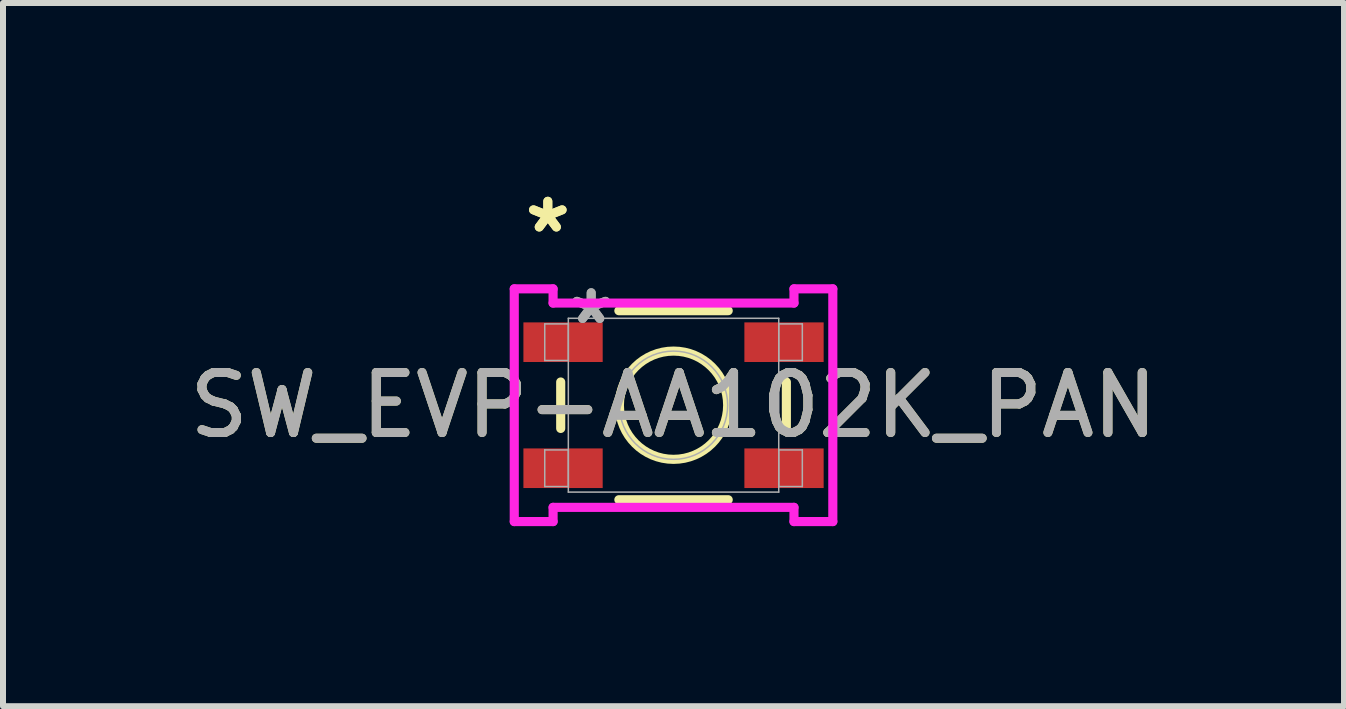
<source format=kicad_pcb>
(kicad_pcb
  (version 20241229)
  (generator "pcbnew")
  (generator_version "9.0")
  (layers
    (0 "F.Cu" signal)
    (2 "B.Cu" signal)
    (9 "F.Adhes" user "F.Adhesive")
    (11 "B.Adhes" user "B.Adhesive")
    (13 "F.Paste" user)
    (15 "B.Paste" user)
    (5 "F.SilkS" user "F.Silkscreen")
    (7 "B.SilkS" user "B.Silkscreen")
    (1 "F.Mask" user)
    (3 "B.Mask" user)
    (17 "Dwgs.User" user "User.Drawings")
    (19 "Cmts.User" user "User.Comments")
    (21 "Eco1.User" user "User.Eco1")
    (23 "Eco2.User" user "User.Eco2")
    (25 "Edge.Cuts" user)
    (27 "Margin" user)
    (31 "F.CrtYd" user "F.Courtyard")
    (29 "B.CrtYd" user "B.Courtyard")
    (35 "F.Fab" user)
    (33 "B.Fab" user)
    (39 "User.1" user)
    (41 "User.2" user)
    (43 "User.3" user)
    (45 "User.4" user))
  (footprint "SW_EVP-AA102K_PAN"
    (layer "F.Cu")
    (at 8.173 3.702)
    (property "Reference" "SW_EVP-AA102K_PAN" (at 0 0 0) (unlocked yes) (layer "F.SilkS") (effects (font (size 1 1) (thickness 0.15))))
    (attr smd)
    (fp_line (start -1.88 -0.387) (end -1.88 0.387) (stroke (width 0.152) (type solid)) (layer "F.SilkS"))
    (fp_line (start -0.911 1.575) (end 0.911 1.575) (stroke (width 0.152) (type solid)) (layer "F.SilkS"))
    (fp_line (start 0.911 -1.575) (end -0.911 -1.575) (stroke (width 0.152) (type solid)) (layer "F.SilkS"))
    (fp_line (start 1.88 0.387) (end 1.88 -0.387) (stroke (width 0.152) (type solid)) (layer "F.SilkS"))
    (fp_circle (center 0 0) (end 0.902 0) (stroke (width 0.152) (type solid)) (fill no) (layer "F.SilkS"))
    (fp_line (start -2.654 -1.939) (end -2.007 -1.939) (stroke (width 0.152) (type solid)) (layer "F.CrtYd"))
    (fp_line (start -2.654 1.939) (end -2.654 -1.939) (stroke (width 0.152) (type solid)) (layer "F.CrtYd"))
    (fp_line (start -2.007 -1.939) (end -2.007 -1.702) (stroke (width 0.152) (type solid)) (layer "F.CrtYd"))
    (fp_line (start -2.007 -1.702) (end 2.007 -1.702) (stroke (width 0.152) (type solid)) (layer "F.CrtYd"))
    (fp_line (start -2.007 1.702) (end -2.007 1.939) (stroke (width 0.152) (type solid)) (layer "F.CrtYd"))
    (fp_line (start -2.007 1.939) (end -2.654 1.939) (stroke (width 0.152) (type solid)) (layer "F.CrtYd"))
    (fp_line (start 2.007 -1.939) (end 2.654 -1.939) (stroke (width 0.152) (type solid)) (layer "F.CrtYd"))
    (fp_line (start 2.007 -1.702) (end 2.007 -1.939) (stroke (width 0.152) (type solid)) (layer "F.CrtYd"))
    (fp_line (start 2.007 1.702) (end -2.007 1.702) (stroke (width 0.152) (type solid)) (layer "F.CrtYd"))
    (fp_line (start 2.007 1.939) (end 2.007 1.702) (stroke (width 0.152) (type solid)) (layer "F.CrtYd"))
    (fp_line (start 2.654 -1.939) (end 2.654 1.939) (stroke (width 0.152) (type solid)) (layer "F.CrtYd"))
    (fp_line (start 2.654 1.939) (end 2.007 1.939) (stroke (width 0.152) (type solid)) (layer "F.CrtYd"))
    (fp_line (start -2.146 -1.355) (end -2.146 -0.745) (stroke (width 0.025) (type solid)) (layer "F.Fab"))
    (fp_line (start -2.146 -0.745) (end -1.753 -0.745) (stroke (width 0.025) (type solid)) (layer "F.Fab"))
    (fp_line (start -2.146 0.745) (end -2.146 1.355) (stroke (width 0.025) (type solid)) (layer "F.Fab"))
    (fp_line (start -2.146 1.355) (end -1.753 1.355) (stroke (width 0.025) (type solid)) (layer "F.Fab"))
    (fp_line (start -1.753 -1.448) (end -1.753 1.448) (stroke (width 0.025) (type solid)) (layer "F.Fab"))
    (fp_line (start -1.753 -1.355) (end -2.146 -1.355) (stroke (width 0.025) (type solid)) (layer "F.Fab"))
    (fp_line (start -1.753 -0.745) (end -1.753 -1.355) (stroke (width 0.025) (type solid)) (layer "F.Fab"))
    (fp_line (start -1.753 0.745) (end -2.146 0.745) (stroke (width 0.025) (type solid)) (layer "F.Fab"))
    (fp_line (start -1.753 1.355) (end -1.753 0.745) (stroke (width 0.025) (type solid)) (layer "F.Fab"))
    (fp_line (start -1.753 1.448) (end 1.753 1.448) (stroke (width 0.025) (type solid)) (layer "F.Fab"))
    (fp_line (start 1.753 -1.448) (end -1.753 -1.448) (stroke (width 0.025) (type solid)) (layer "F.Fab"))
    (fp_line (start 1.753 -1.355) (end 1.753 -0.745) (stroke (width 0.025) (type solid)) (layer "F.Fab"))
    (fp_line (start 1.753 -0.745) (end 2.146 -0.745) (stroke (width 0.025) (type solid)) (layer "F.Fab"))
    (fp_line (start 1.753 0.745) (end 1.753 1.355) (stroke (width 0.025) (type solid)) (layer "F.Fab"))
    (fp_line (start 1.753 1.355) (end 2.146 1.355) (stroke (width 0.025) (type solid)) (layer "F.Fab"))
    (fp_line (start 1.753 1.448) (end 1.753 -1.448) (stroke (width 0.025) (type solid)) (layer "F.Fab"))
    (fp_line (start 2.146 -1.355) (end 1.753 -1.355) (stroke (width 0.025) (type solid)) (layer "F.Fab"))
    (fp_line (start 2.146 -0.745) (end 2.146 -1.355) (stroke (width 0.025) (type solid)) (layer "F.Fab"))
    (fp_line (start 2.146 0.745) (end 1.753 0.745) (stroke (width 0.025) (type solid)) (layer "F.Fab"))
    (fp_line (start 2.146 1.355) (end 2.146 0.745) (stroke (width 0.025) (type solid)) (layer "F.Fab"))
    (fp_circle (center 0 0) (end 0.902 0) (stroke (width 0.025) (type solid)) (fill no) (layer "F.Fab"))
    (fp_text user "*" (at -2.095 -2.853 0) (unlocked yes) (layer "F.SilkS") (effects (font (size 1 1) (thickness 0.15))))
    (fp_text user "*" (at -2.095 -2.853 0) (layer "F.SilkS") (effects (font (size 1 1) (thickness 0.15))))
    (fp_text user "${REFERENCE}" (at 0 0 0) (unlocked yes) (layer "F.Fab") (effects (font (size 1 1) (thickness 0.15))))
    (fp_text user "*" (at -1.372 -1.329 0) (layer "F.Fab") (effects (font (size 1 1) (thickness 0.15))))
    (fp_text user "*" (at -1.372 -1.329 0) (unlocked yes) (layer "F.Fab") (effects (font (size 1 1) (thickness 0.15))))
    (pad "1" smd rect (at -1.841 -1.05) (size 1.321 0.66) (layers "F.Cu" "F.Mask" "F.Paste"))
    (pad "2" smd rect (at -1.841 1.05) (size 1.321 0.66) (layers "F.Cu" "F.Mask" "F.Paste"))
    (pad "3" smd rect (at 1.841 1.05) (size 1.321 0.66) (layers "F.Cu" "F.Mask" "F.Paste"))
    (pad "4" smd rect (at 1.841 -1.05) (size 1.321 0.66) (layers "F.Cu" "F.Mask" "F.Paste")))
  (gr_rect
    (start -3 -3)
    (end 19.345 8.717)
    (stroke (width 0.1) (type default))
    (fill no)
    (layer "Edge.Cuts")))
</source>
